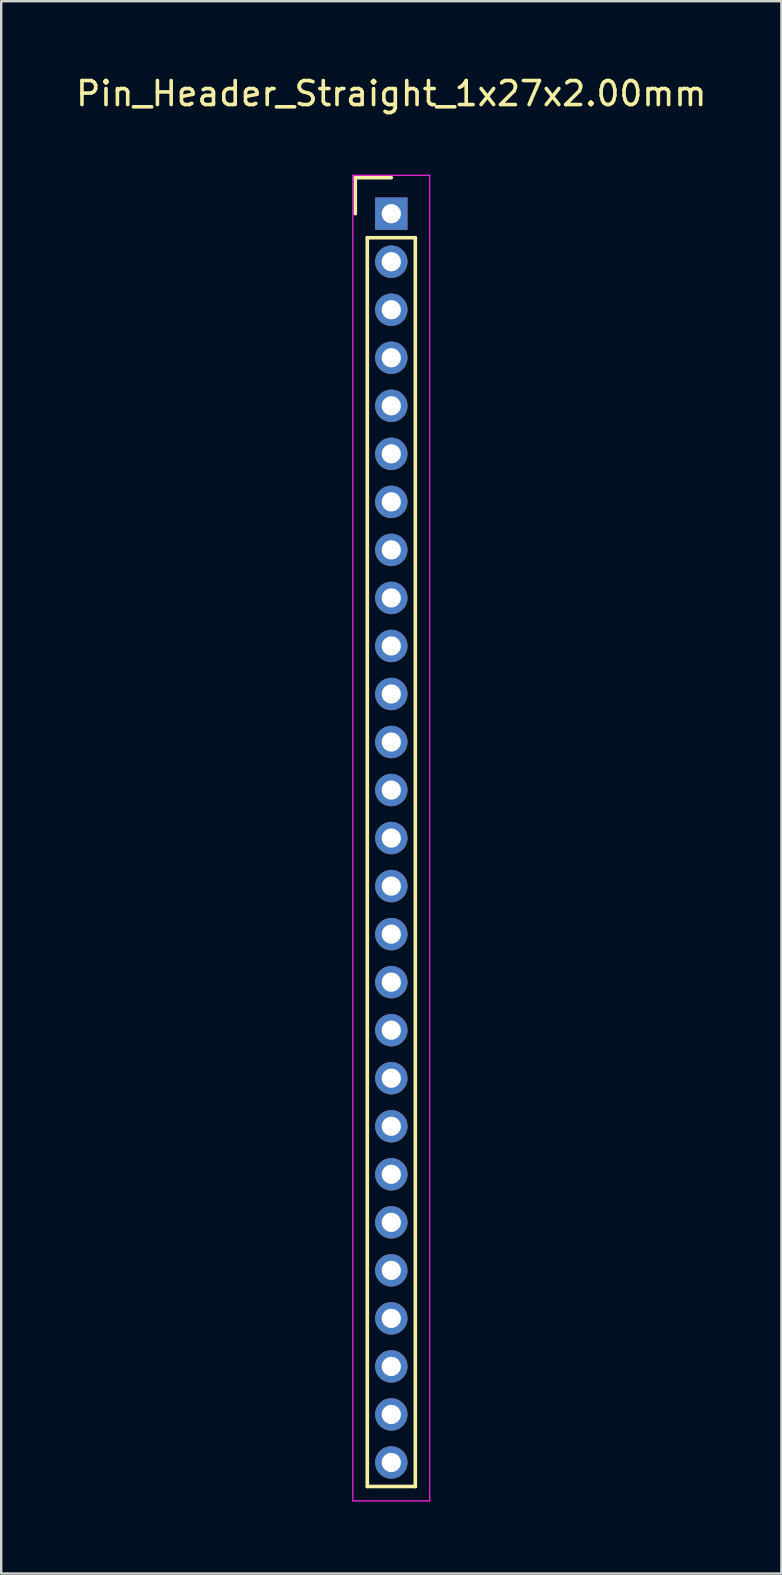
<source format=kicad_pcb>
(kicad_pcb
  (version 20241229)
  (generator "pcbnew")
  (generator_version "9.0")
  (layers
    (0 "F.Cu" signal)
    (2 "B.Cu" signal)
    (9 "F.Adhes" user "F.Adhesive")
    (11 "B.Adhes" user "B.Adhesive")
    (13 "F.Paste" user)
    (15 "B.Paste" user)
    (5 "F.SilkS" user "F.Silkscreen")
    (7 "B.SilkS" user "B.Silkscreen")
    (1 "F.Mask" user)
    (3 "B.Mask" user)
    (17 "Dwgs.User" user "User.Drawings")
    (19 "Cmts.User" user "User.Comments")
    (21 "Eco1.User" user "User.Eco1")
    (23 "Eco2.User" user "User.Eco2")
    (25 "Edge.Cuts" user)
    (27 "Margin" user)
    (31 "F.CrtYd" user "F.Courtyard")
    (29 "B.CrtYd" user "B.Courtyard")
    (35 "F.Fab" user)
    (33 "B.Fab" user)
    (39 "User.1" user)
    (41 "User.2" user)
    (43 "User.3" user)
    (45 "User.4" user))
  (footprint "Pin_Header_Straight_1x27x2.00mm"
    (layer "F.Cu")
    (at 13.244 5.848)
    (property "Reference" "Pin_Header_Straight_1x27x2.00mm" (at 0 -5 0) (layer "F.SilkS") (effects (font (size 1 1) (thickness 0.15))))
    (attr through_hole)
    (fp_line (start -1.5 -1.5) (end 0 -1.5) (stroke (width 0.15) (type solid)) (layer "F.SilkS"))
    (fp_line (start -1.5 0) (end -1.5 -1.5) (stroke (width 0.15) (type solid)) (layer "F.SilkS"))
    (fp_line (start -1 1) (end 1 1) (stroke (width 0.15) (type solid)) (layer "F.SilkS"))
    (fp_line (start -1 53) (end -1 1) (stroke (width 0.15) (type solid)) (layer "F.SilkS"))
    (fp_line (start 1 1) (end 1 53) (stroke (width 0.15) (type solid)) (layer "F.SilkS"))
    (fp_line (start 1 53) (end -1 53) (stroke (width 0.15) (type solid)) (layer "F.SilkS"))
    (fp_line (start -1.6 -1.6) (end 1.6 -1.6) (stroke (width 0.05) (type solid)) (layer "F.CrtYd"))
    (fp_line (start -1.6 53.6) (end -1.6 -1.6) (stroke (width 0.05) (type solid)) (layer "F.CrtYd"))
    (fp_line (start 1.6 -1.6) (end 1.6 53.6) (stroke (width 0.05) (type solid)) (layer "F.CrtYd"))
    (fp_line (start 1.6 53.6) (end -1.6 53.6) (stroke (width 0.05) (type solid)) (layer "F.CrtYd"))
    (pad "1" thru_hole rect (at 0 0) (size 1.35 1.35) (drill 0.8) (layers "*.Cu" "*.Mask"))
    (pad "2" thru_hole circle (at 0 2) (size 1.35 1.35) (drill 0.8) (layers "*.Cu" "*.Mask"))
    (pad "3" thru_hole circle (at 0 4) (size 1.35 1.35) (drill 0.8) (layers "*.Cu" "*.Mask"))
    (pad "4" thru_hole circle (at 0 6) (size 1.35 1.35) (drill 0.8) (layers "*.Cu" "*.Mask"))
    (pad "5" thru_hole circle (at 0 8) (size 1.35 1.35) (drill 0.8) (layers "*.Cu" "*.Mask"))
    (pad "6" thru_hole circle (at 0 10) (size 1.35 1.35) (drill 0.8) (layers "*.Cu" "*.Mask"))
    (pad "7" thru_hole circle (at 0 12) (size 1.35 1.35) (drill 0.8) (layers "*.Cu" "*.Mask"))
    (pad "8" thru_hole circle (at 0 14) (size 1.35 1.35) (drill 0.8) (layers "*.Cu" "*.Mask"))
    (pad "9" thru_hole circle (at 0 16) (size 1.35 1.35) (drill 0.8) (layers "*.Cu" "*.Mask"))
    (pad "10" thru_hole circle (at 0 18) (size 1.35 1.35) (drill 0.8) (layers "*.Cu" "*.Mask"))
    (pad "11" thru_hole circle (at 0 20) (size 1.35 1.35) (drill 0.8) (layers "*.Cu" "*.Mask"))
    (pad "12" thru_hole circle (at 0 22) (size 1.35 1.35) (drill 0.8) (layers "*.Cu" "*.Mask"))
    (pad "13" thru_hole circle (at 0 24) (size 1.35 1.35) (drill 0.8) (layers "*.Cu" "*.Mask"))
    (pad "14" thru_hole circle (at 0 26) (size 1.35 1.35) (drill 0.8) (layers "*.Cu" "*.Mask"))
    (pad "15" thru_hole circle (at 0 28) (size 1.35 1.35) (drill 0.8) (layers "*.Cu" "*.Mask"))
    (pad "16" thru_hole circle (at 0 30) (size 1.35 1.35) (drill 0.8) (layers "*.Cu" "*.Mask"))
    (pad "17" thru_hole circle (at 0 32) (size 1.35 1.35) (drill 0.8) (layers "*.Cu" "*.Mask"))
    (pad "18" thru_hole circle (at 0 34) (size 1.35 1.35) (drill 0.8) (layers "*.Cu" "*.Mask"))
    (pad "19" thru_hole circle (at 0 36) (size 1.35 1.35) (drill 0.8) (layers "*.Cu" "*.Mask"))
    (pad "20" thru_hole circle (at 0 38) (size 1.35 1.35) (drill 0.8) (layers "*.Cu" "*.Mask"))
    (pad "21" thru_hole circle (at 0 40) (size 1.35 1.35) (drill 0.8) (layers "*.Cu" "*.Mask"))
    (pad "22" thru_hole circle (at 0 42) (size 1.35 1.35) (drill 0.8) (layers "*.Cu" "*.Mask"))
    (pad "23" thru_hole circle (at 0 44) (size 1.35 1.35) (drill 0.8) (layers "*.Cu" "*.Mask"))
    (pad "24" thru_hole circle (at 0 46) (size 1.35 1.35) (drill 0.8) (layers "*.Cu" "*.Mask"))
    (pad "25" thru_hole circle (at 0 48) (size 1.35 1.35) (drill 0.8) (layers "*.Cu" "*.Mask"))
    (pad "26" thru_hole circle (at 0 50) (size 1.35 1.35) (drill 0.8) (layers "*.Cu" "*.Mask"))
    (pad "27" thru_hole circle (at 0 52) (size 1.35 1.35) (drill 0.8) (layers "*.Cu" "*.Mask")))
  (gr_rect
    (start -3 -3)
    (end 29.488 62.473)
    (stroke (width 0.1) (type default))
    (fill no)
    (layer "Edge.Cuts")))
</source>
